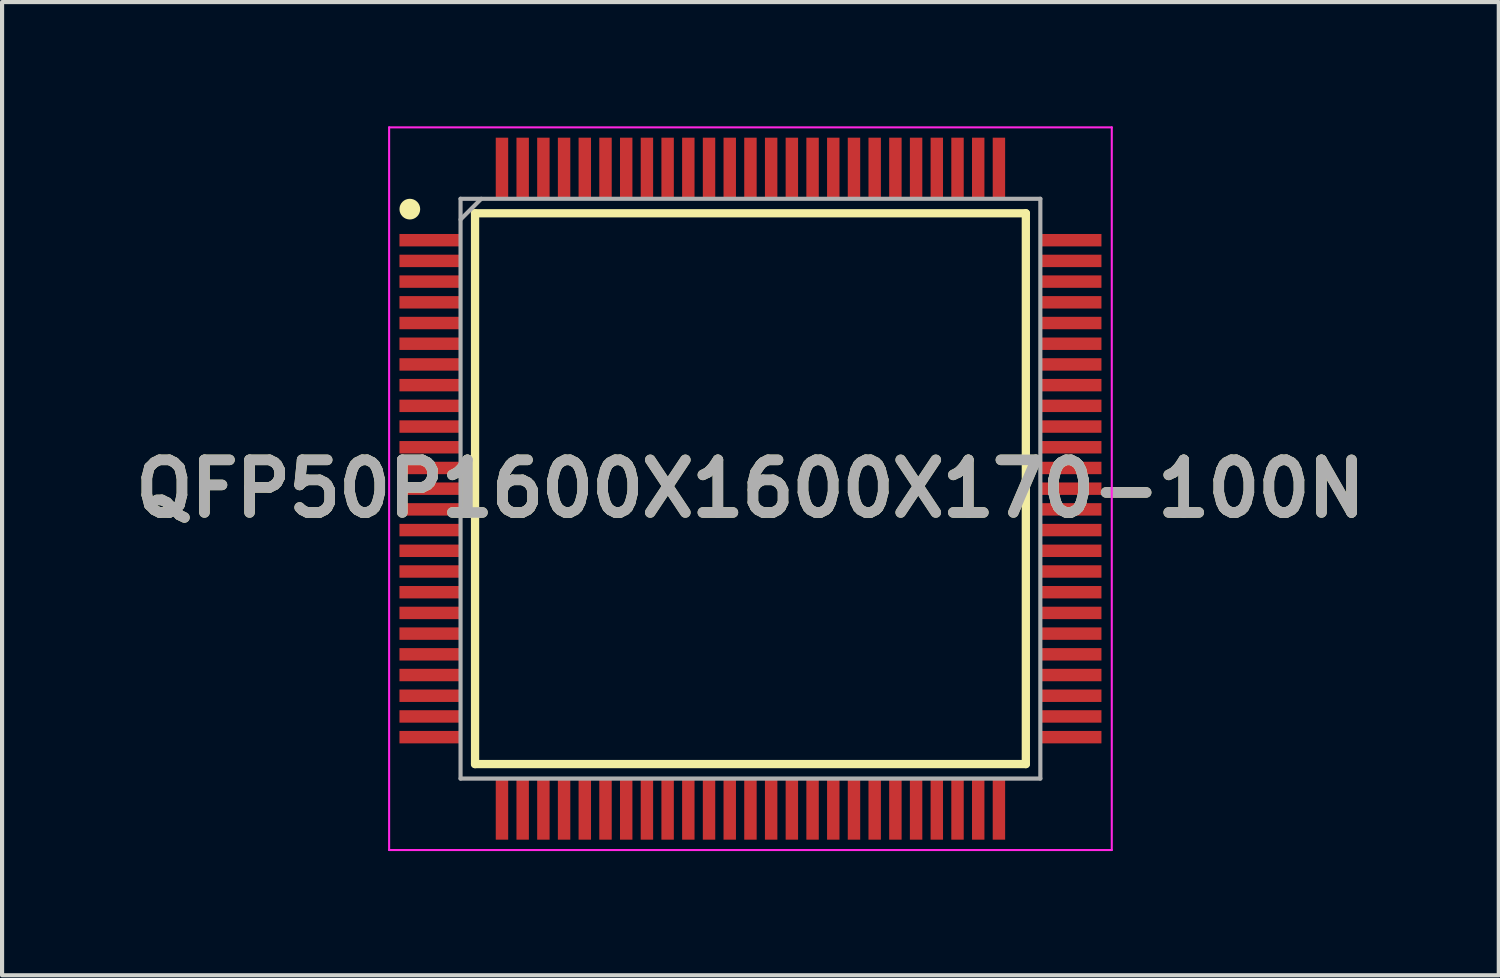
<source format=kicad_pcb>
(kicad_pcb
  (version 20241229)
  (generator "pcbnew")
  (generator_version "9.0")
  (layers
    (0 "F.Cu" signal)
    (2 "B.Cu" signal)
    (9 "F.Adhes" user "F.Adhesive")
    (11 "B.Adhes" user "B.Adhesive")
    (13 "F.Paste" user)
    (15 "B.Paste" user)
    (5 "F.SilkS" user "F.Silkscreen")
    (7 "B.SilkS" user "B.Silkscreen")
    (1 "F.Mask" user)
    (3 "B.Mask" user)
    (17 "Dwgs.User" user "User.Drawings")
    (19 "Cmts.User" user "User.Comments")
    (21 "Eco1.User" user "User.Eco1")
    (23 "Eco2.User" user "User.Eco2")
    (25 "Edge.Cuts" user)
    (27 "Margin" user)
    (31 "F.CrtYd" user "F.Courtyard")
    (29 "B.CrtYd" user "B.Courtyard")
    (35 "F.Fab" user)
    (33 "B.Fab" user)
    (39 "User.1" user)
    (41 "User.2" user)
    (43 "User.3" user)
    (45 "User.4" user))
  (footprint "QFP50P1600X1600X170-100N"
    (layer "F.Cu")
    (at 15.071 8.75)
    (property "Reference" "QFP50P1600X1600X170-100N" (at 0 0 0) (layer "F.SilkS") (effects (font (size 1.27 1.27) (thickness 0.254))))
    (attr smd)
    (fp_line (start -6.65 -6.65) (end 6.65 -6.65) (stroke (width 0.2) (type solid)) (layer "F.SilkS"))
    (fp_line (start -6.65 6.65) (end -6.65 -6.65) (stroke (width 0.2) (type solid)) (layer "F.SilkS"))
    (fp_line (start 6.65 -6.65) (end 6.65 6.65) (stroke (width 0.2) (type solid)) (layer "F.SilkS"))
    (fp_line (start 6.65 6.65) (end -6.65 6.65) (stroke (width 0.2) (type solid)) (layer "F.SilkS"))
    (fp_circle (center -8.225 -6.75) (end -8.225 -6.625) (stroke (width 0.25) (type solid)) (fill no) (layer "F.SilkS"))
    (fp_line (start -8.725 -8.725) (end 8.725 -8.725) (stroke (width 0.05) (type solid)) (layer "F.CrtYd"))
    (fp_line (start -8.725 8.725) (end -8.725 -8.725) (stroke (width 0.05) (type solid)) (layer "F.CrtYd"))
    (fp_line (start 8.725 -8.725) (end 8.725 8.725) (stroke (width 0.05) (type solid)) (layer "F.CrtYd"))
    (fp_line (start 8.725 8.725) (end -8.725 8.725) (stroke (width 0.05) (type solid)) (layer "F.CrtYd"))
    (fp_line (start -7 -7) (end 7 -7) (stroke (width 0.1) (type solid)) (layer "F.Fab"))
    (fp_line (start -7 -6.5) (end -6.5 -7) (stroke (width 0.1) (type solid)) (layer "F.Fab"))
    (fp_line (start -7 7) (end -7 -7) (stroke (width 0.1) (type solid)) (layer "F.Fab"))
    (fp_line (start 7 -7) (end 7 7) (stroke (width 0.1) (type solid)) (layer "F.Fab"))
    (fp_line (start 7 7) (end -7 7) (stroke (width 0.1) (type solid)) (layer "F.Fab"))
    (fp_text user "${REFERENCE}" (at 0 0 0) (layer "F.Fab") (effects (font (size 1.27 1.27) (thickness 0.254))))
    (pad "1" smd rect (at -7.738 -6 90) (size 0.3 1.475) (layers "F.Cu" "F.Mask" "F.Paste"))
    (pad "2" smd rect (at -7.738 -5.5 90) (size 0.3 1.475) (layers "F.Cu" "F.Mask" "F.Paste"))
    (pad "3" smd rect (at -7.738 -5 90) (size 0.3 1.475) (layers "F.Cu" "F.Mask" "F.Paste"))
    (pad "4" smd rect (at -7.738 -4.5 90) (size 0.3 1.475) (layers "F.Cu" "F.Mask" "F.Paste"))
    (pad "5" smd rect (at -7.738 -4 90) (size 0.3 1.475) (layers "F.Cu" "F.Mask" "F.Paste"))
    (pad "6" smd rect (at -7.738 -3.5 90) (size 0.3 1.475) (layers "F.Cu" "F.Mask" "F.Paste"))
    (pad "7" smd rect (at -7.738 -3 90) (size 0.3 1.475) (layers "F.Cu" "F.Mask" "F.Paste"))
    (pad "8" smd rect (at -7.738 -2.5 90) (size 0.3 1.475) (layers "F.Cu" "F.Mask" "F.Paste"))
    (pad "9" smd rect (at -7.738 -2 90) (size 0.3 1.475) (layers "F.Cu" "F.Mask" "F.Paste"))
    (pad "10" smd rect (at -7.738 -1.5 90) (size 0.3 1.475) (layers "F.Cu" "F.Mask" "F.Paste"))
    (pad "11" smd rect (at -7.738 -1 90) (size 0.3 1.475) (layers "F.Cu" "F.Mask" "F.Paste"))
    (pad "12" smd rect (at -7.738 -0.5 90) (size 0.3 1.475) (layers "F.Cu" "F.Mask" "F.Paste"))
    (pad "13" smd rect (at -7.738 0 90) (size 0.3 1.475) (layers "F.Cu" "F.Mask" "F.Paste"))
    (pad "14" smd rect (at -7.738 0.5 90) (size 0.3 1.475) (layers "F.Cu" "F.Mask" "F.Paste"))
    (pad "15" smd rect (at -7.738 1 90) (size 0.3 1.475) (layers "F.Cu" "F.Mask" "F.Paste"))
    (pad "16" smd rect (at -7.738 1.5 90) (size 0.3 1.475) (layers "F.Cu" "F.Mask" "F.Paste"))
    (pad "17" smd rect (at -7.738 2 90) (size 0.3 1.475) (layers "F.Cu" "F.Mask" "F.Paste"))
    (pad "18" smd rect (at -7.738 2.5 90) (size 0.3 1.475) (layers "F.Cu" "F.Mask" "F.Paste"))
    (pad "19" smd rect (at -7.738 3 90) (size 0.3 1.475) (layers "F.Cu" "F.Mask" "F.Paste"))
    (pad "20" smd rect (at -7.738 3.5 90) (size 0.3 1.475) (layers "F.Cu" "F.Mask" "F.Paste"))
    (pad "21" smd rect (at -7.738 4 90) (size 0.3 1.475) (layers "F.Cu" "F.Mask" "F.Paste"))
    (pad "22" smd rect (at -7.738 4.5 90) (size 0.3 1.475) (layers "F.Cu" "F.Mask" "F.Paste"))
    (pad "23" smd rect (at -7.738 5 90) (size 0.3 1.475) (layers "F.Cu" "F.Mask" "F.Paste"))
    (pad "24" smd rect (at -7.738 5.5 90) (size 0.3 1.475) (layers "F.Cu" "F.Mask" "F.Paste"))
    (pad "25" smd rect (at -7.738 6 90) (size 0.3 1.475) (layers "F.Cu" "F.Mask" "F.Paste"))
    (pad "26" smd rect (at -6 7.738) (size 0.3 1.475) (layers "F.Cu" "F.Mask" "F.Paste"))
    (pad "27" smd rect (at -5.5 7.738) (size 0.3 1.475) (layers "F.Cu" "F.Mask" "F.Paste"))
    (pad "28" smd rect (at -5 7.738) (size 0.3 1.475) (layers "F.Cu" "F.Mask" "F.Paste"))
    (pad "29" smd rect (at -4.5 7.738) (size 0.3 1.475) (layers "F.Cu" "F.Mask" "F.Paste"))
    (pad "30" smd rect (at -4 7.738) (size 0.3 1.475) (layers "F.Cu" "F.Mask" "F.Paste"))
    (pad "31" smd rect (at -3.5 7.738) (size 0.3 1.475) (layers "F.Cu" "F.Mask" "F.Paste"))
    (pad "32" smd rect (at -3 7.738) (size 0.3 1.475) (layers "F.Cu" "F.Mask" "F.Paste"))
    (pad "33" smd rect (at -2.5 7.738) (size 0.3 1.475) (layers "F.Cu" "F.Mask" "F.Paste"))
    (pad "34" smd rect (at -2 7.738) (size 0.3 1.475) (layers "F.Cu" "F.Mask" "F.Paste"))
    (pad "35" smd rect (at -1.5 7.738) (size 0.3 1.475) (layers "F.Cu" "F.Mask" "F.Paste"))
    (pad "36" smd rect (at -1 7.738) (size 0.3 1.475) (layers "F.Cu" "F.Mask" "F.Paste"))
    (pad "37" smd rect (at -0.5 7.738) (size 0.3 1.475) (layers "F.Cu" "F.Mask" "F.Paste"))
    (pad "38" smd rect (at 0 7.738) (size 0.3 1.475) (layers "F.Cu" "F.Mask" "F.Paste"))
    (pad "39" smd rect (at 0.5 7.738) (size 0.3 1.475) (layers "F.Cu" "F.Mask" "F.Paste"))
    (pad "40" smd rect (at 1 7.738) (size 0.3 1.475) (layers "F.Cu" "F.Mask" "F.Paste"))
    (pad "41" smd rect (at 1.5 7.738) (size 0.3 1.475) (layers "F.Cu" "F.Mask" "F.Paste"))
    (pad "42" smd rect (at 2 7.738) (size 0.3 1.475) (layers "F.Cu" "F.Mask" "F.Paste"))
    (pad "43" smd rect (at 2.5 7.738) (size 0.3 1.475) (layers "F.Cu" "F.Mask" "F.Paste"))
    (pad "44" smd rect (at 3 7.738) (size 0.3 1.475) (layers "F.Cu" "F.Mask" "F.Paste"))
    (pad "45" smd rect (at 3.5 7.738) (size 0.3 1.475) (layers "F.Cu" "F.Mask" "F.Paste"))
    (pad "46" smd rect (at 4 7.738) (size 0.3 1.475) (layers "F.Cu" "F.Mask" "F.Paste"))
    (pad "47" smd rect (at 4.5 7.738) (size 0.3 1.475) (layers "F.Cu" "F.Mask" "F.Paste"))
    (pad "48" smd rect (at 5 7.738) (size 0.3 1.475) (layers "F.Cu" "F.Mask" "F.Paste"))
    (pad "49" smd rect (at 5.5 7.738) (size 0.3 1.475) (layers "F.Cu" "F.Mask" "F.Paste"))
    (pad "50" smd rect (at 6 7.738) (size 0.3 1.475) (layers "F.Cu" "F.Mask" "F.Paste"))
    (pad "51" smd rect (at 7.738 6 90) (size 0.3 1.475) (layers "F.Cu" "F.Mask" "F.Paste"))
    (pad "52" smd rect (at 7.738 5.5 90) (size 0.3 1.475) (layers "F.Cu" "F.Mask" "F.Paste"))
    (pad "53" smd rect (at 7.738 5 90) (size 0.3 1.475) (layers "F.Cu" "F.Mask" "F.Paste"))
    (pad "54" smd rect (at 7.738 4.5 90) (size 0.3 1.475) (layers "F.Cu" "F.Mask" "F.Paste"))
    (pad "55" smd rect (at 7.738 4 90) (size 0.3 1.475) (layers "F.Cu" "F.Mask" "F.Paste"))
    (pad "56" smd rect (at 7.738 3.5 90) (size 0.3 1.475) (layers "F.Cu" "F.Mask" "F.Paste"))
    (pad "57" smd rect (at 7.738 3 90) (size 0.3 1.475) (layers "F.Cu" "F.Mask" "F.Paste"))
    (pad "58" smd rect (at 7.738 2.5 90) (size 0.3 1.475) (layers "F.Cu" "F.Mask" "F.Paste"))
    (pad "59" smd rect (at 7.738 2 90) (size 0.3 1.475) (layers "F.Cu" "F.Mask" "F.Paste"))
    (pad "60" smd rect (at 7.738 1.5 90) (size 0.3 1.475) (layers "F.Cu" "F.Mask" "F.Paste"))
    (pad "61" smd rect (at 7.738 1 90) (size 0.3 1.475) (layers "F.Cu" "F.Mask" "F.Paste"))
    (pad "62" smd rect (at 7.738 0.5 90) (size 0.3 1.475) (layers "F.Cu" "F.Mask" "F.Paste"))
    (pad "63" smd rect (at 7.738 0 90) (size 0.3 1.475) (layers "F.Cu" "F.Mask" "F.Paste"))
    (pad "64" smd rect (at 7.738 -0.5 90) (size 0.3 1.475) (layers "F.Cu" "F.Mask" "F.Paste"))
    (pad "65" smd rect (at 7.738 -1 90) (size 0.3 1.475) (layers "F.Cu" "F.Mask" "F.Paste"))
    (pad "66" smd rect (at 7.738 -1.5 90) (size 0.3 1.475) (layers "F.Cu" "F.Mask" "F.Paste"))
    (pad "67" smd rect (at 7.738 -2 90) (size 0.3 1.475) (layers "F.Cu" "F.Mask" "F.Paste"))
    (pad "68" smd rect (at 7.738 -2.5 90) (size 0.3 1.475) (layers "F.Cu" "F.Mask" "F.Paste"))
    (pad "69" smd rect (at 7.738 -3 90) (size 0.3 1.475) (layers "F.Cu" "F.Mask" "F.Paste"))
    (pad "70" smd rect (at 7.738 -3.5 90) (size 0.3 1.475) (layers "F.Cu" "F.Mask" "F.Paste"))
    (pad "71" smd rect (at 7.738 -4 90) (size 0.3 1.475) (layers "F.Cu" "F.Mask" "F.Paste"))
    (pad "72" smd rect (at 7.738 -4.5 90) (size 0.3 1.475) (layers "F.Cu" "F.Mask" "F.Paste"))
    (pad "73" smd rect (at 7.738 -5 90) (size 0.3 1.475) (layers "F.Cu" "F.Mask" "F.Paste"))
    (pad "74" smd rect (at 7.738 -5.5 90) (size 0.3 1.475) (layers "F.Cu" "F.Mask" "F.Paste"))
    (pad "75" smd rect (at 7.738 -6 90) (size 0.3 1.475) (layers "F.Cu" "F.Mask" "F.Paste"))
    (pad "76" smd rect (at 6 -7.738) (size 0.3 1.475) (layers "F.Cu" "F.Mask" "F.Paste"))
    (pad "77" smd rect (at 5.5 -7.738) (size 0.3 1.475) (layers "F.Cu" "F.Mask" "F.Paste"))
    (pad "78" smd rect (at 5 -7.738) (size 0.3 1.475) (layers "F.Cu" "F.Mask" "F.Paste"))
    (pad "79" smd rect (at 4.5 -7.738) (size 0.3 1.475) (layers "F.Cu" "F.Mask" "F.Paste"))
    (pad "80" smd rect (at 4 -7.738) (size 0.3 1.475) (layers "F.Cu" "F.Mask" "F.Paste"))
    (pad "81" smd rect (at 3.5 -7.738) (size 0.3 1.475) (layers "F.Cu" "F.Mask" "F.Paste"))
    (pad "82" smd rect (at 3 -7.738) (size 0.3 1.475) (layers "F.Cu" "F.Mask" "F.Paste"))
    (pad "83" smd rect (at 2.5 -7.738) (size 0.3 1.475) (layers "F.Cu" "F.Mask" "F.Paste"))
    (pad "84" smd rect (at 2 -7.738) (size 0.3 1.475) (layers "F.Cu" "F.Mask" "F.Paste"))
    (pad "85" smd rect (at 1.5 -7.738) (size 0.3 1.475) (layers "F.Cu" "F.Mask" "F.Paste"))
    (pad "86" smd rect (at 1 -7.738) (size 0.3 1.475) (layers "F.Cu" "F.Mask" "F.Paste"))
    (pad "87" smd rect (at 0.5 -7.738) (size 0.3 1.475) (layers "F.Cu" "F.Mask" "F.Paste"))
    (pad "88" smd rect (at 0 -7.738) (size 0.3 1.475) (layers "F.Cu" "F.Mask" "F.Paste"))
    (pad "89" smd rect (at -0.5 -7.738) (size 0.3 1.475) (layers "F.Cu" "F.Mask" "F.Paste"))
    (pad "90" smd rect (at -1 -7.738) (size 0.3 1.475) (layers "F.Cu" "F.Mask" "F.Paste"))
    (pad "91" smd rect (at -1.5 -7.738) (size 0.3 1.475) (layers "F.Cu" "F.Mask" "F.Paste"))
    (pad "92" smd rect (at -2 -7.738) (size 0.3 1.475) (layers "F.Cu" "F.Mask" "F.Paste"))
    (pad "93" smd rect (at -2.5 -7.738) (size 0.3 1.475) (layers "F.Cu" "F.Mask" "F.Paste"))
    (pad "94" smd rect (at -3 -7.738) (size 0.3 1.475) (layers "F.Cu" "F.Mask" "F.Paste"))
    (pad "95" smd rect (at -3.5 -7.738) (size 0.3 1.475) (layers "F.Cu" "F.Mask" "F.Paste"))
    (pad "96" smd rect (at -4 -7.738) (size 0.3 1.475) (layers "F.Cu" "F.Mask" "F.Paste"))
    (pad "97" smd rect (at -4.5 -7.738) (size 0.3 1.475) (layers "F.Cu" "F.Mask" "F.Paste"))
    (pad "98" smd rect (at -5 -7.738) (size 0.3 1.475) (layers "F.Cu" "F.Mask" "F.Paste"))
    (pad "99" smd rect (at -5.5 -7.738) (size 0.3 1.475) (layers "F.Cu" "F.Mask" "F.Paste"))
    (pad "100" smd rect (at -6 -7.738) (size 0.3 1.475) (layers "F.Cu" "F.Mask" "F.Paste")))
  (gr_rect
    (start -3 -3)
    (end 33.141 20.5)
    (stroke (width 0.1) (type default))
    (fill no)
    (layer "Edge.Cuts")))
</source>
